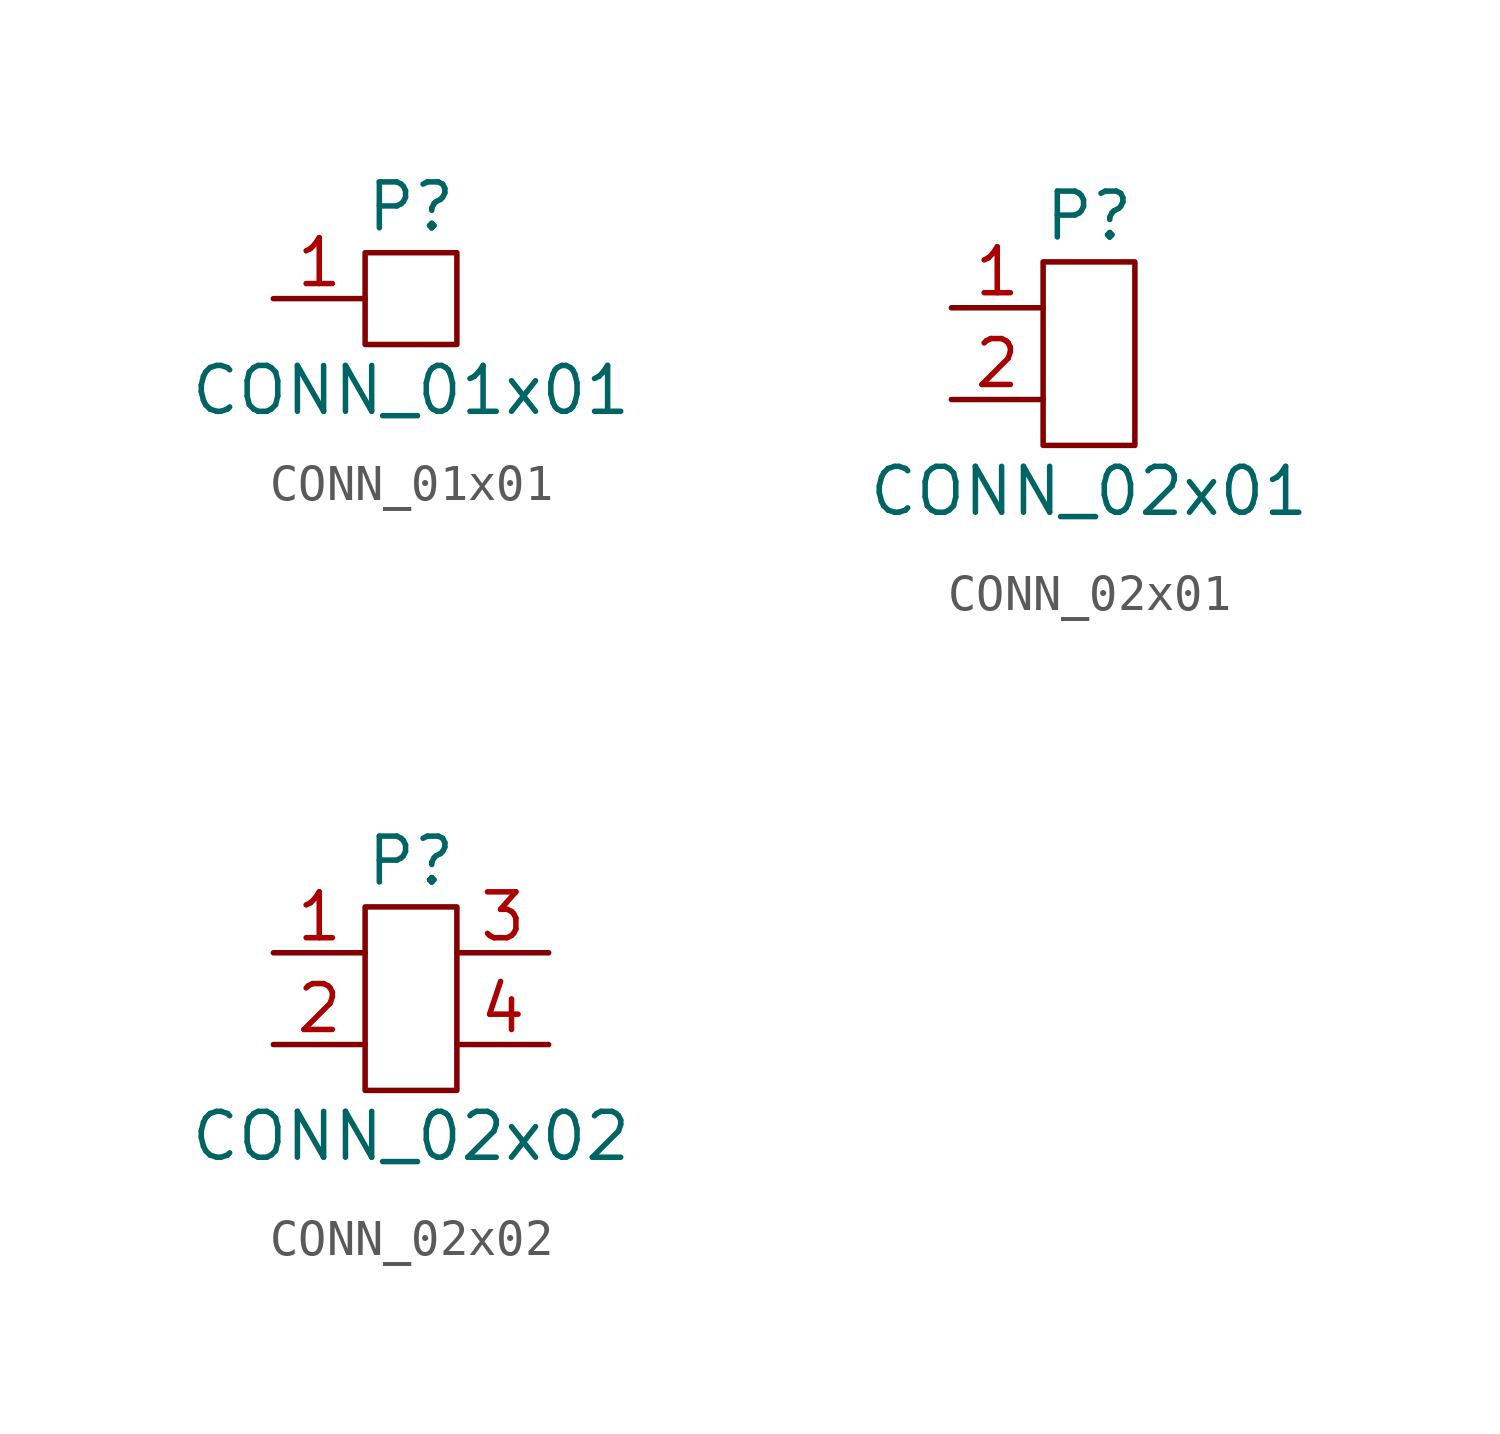
<source format=kicad_sym>
(kicad_symbol_lib
  (version 20220914)
  (generator kicad_symbol_editor)
  (symbol "CONN_01x01"
    (pin_names
      (offset 1.016))
    (property "Reference" "P"
      (at 0 2.54 0)
      (effects (font (size 1.27 1.27))))
    (property "Value" "CONN_01x01"
      (at 0 -2.54 0)
      (effects (font (size 1.27 1.27))))
    (symbol "CONN_01x01_0_1"
      (rectangle (start -1.27 1.27) (end 1.27 -1.27) (stroke (width 0) (type default)) (fill (type none))))
    (symbol "CONN_01x01_1_1"
      (pin unspecified line (at -3.81 0 0) (length 2.54) (name "~" (effects (font (size 1.27 1.27)))) (number "1" (effects (font (size 1.27 1.27)))))))
  (symbol "CONN_02x01"
    (pin_names
      (offset 1.016))
    (property "Reference" "P"
      (at 0 3.81 0)
      (effects (font (size 1.27 1.27))))
    (property "Value" "CONN_02x01"
      (at 0 -3.81 0)
      (effects (font (size 1.27 1.27))))
    (symbol "CONN_02x01_0_1"
      (rectangle (start -1.27 2.54) (end 1.27 -2.54) (stroke (width 0) (type default)) (fill (type none))))
    (symbol "CONN_02x01_1_1"
      (pin unspecified line (at -3.81 1.27 0) (length 2.54) (name "~" (effects (font (size 1.27 1.27)))) (number "1" (effects (font (size 1.27 1.27)))))
      (pin unspecified line (at -3.81 -1.27 0) (length 2.54) (name "~" (effects (font (size 1.27 1.27)))) (number "2" (effects (font (size 1.27 1.27)))))))
  (symbol "CONN_02x02"
    (pin_names
      (offset 1.016))
    (property "Reference" "P"
      (at 0 3.81 0)
      (effects (font (size 1.27 1.27))))
    (property "Value" "CONN_02x02"
      (at 0 -3.81 0)
      (effects (font (size 1.27 1.27))))
    (symbol "CONN_02x02_0_1"
      (rectangle (start -1.27 2.54) (end 1.27 -2.54) (stroke (width 0) (type default)) (fill (type none))))
    (symbol "CONN_02x02_1_1"
      (pin unspecified line (at -3.81 1.27 0) (length 2.54) (name "~" (effects (font (size 1.27 1.27)))) (number "1" (effects (font (size 1.27 1.27)))))
      (pin unspecified line (at -3.81 -1.27 0) (length 2.54) (name "~" (effects (font (size 1.27 1.27)))) (number "2" (effects (font (size 1.27 1.27)))))
      (pin unspecified line (at 3.81 1.27 180) (length 2.54) (name "~" (effects (font (size 1.27 1.27)))) (number "3" (effects (font (size 1.27 1.27)))))
      (pin unspecified line (at 3.81 -1.27 180) (length 2.54) (name "~" (effects (font (size 1.27 1.27)))) (number "4" (effects (font (size 1.27 1.27))))))))
</source>
